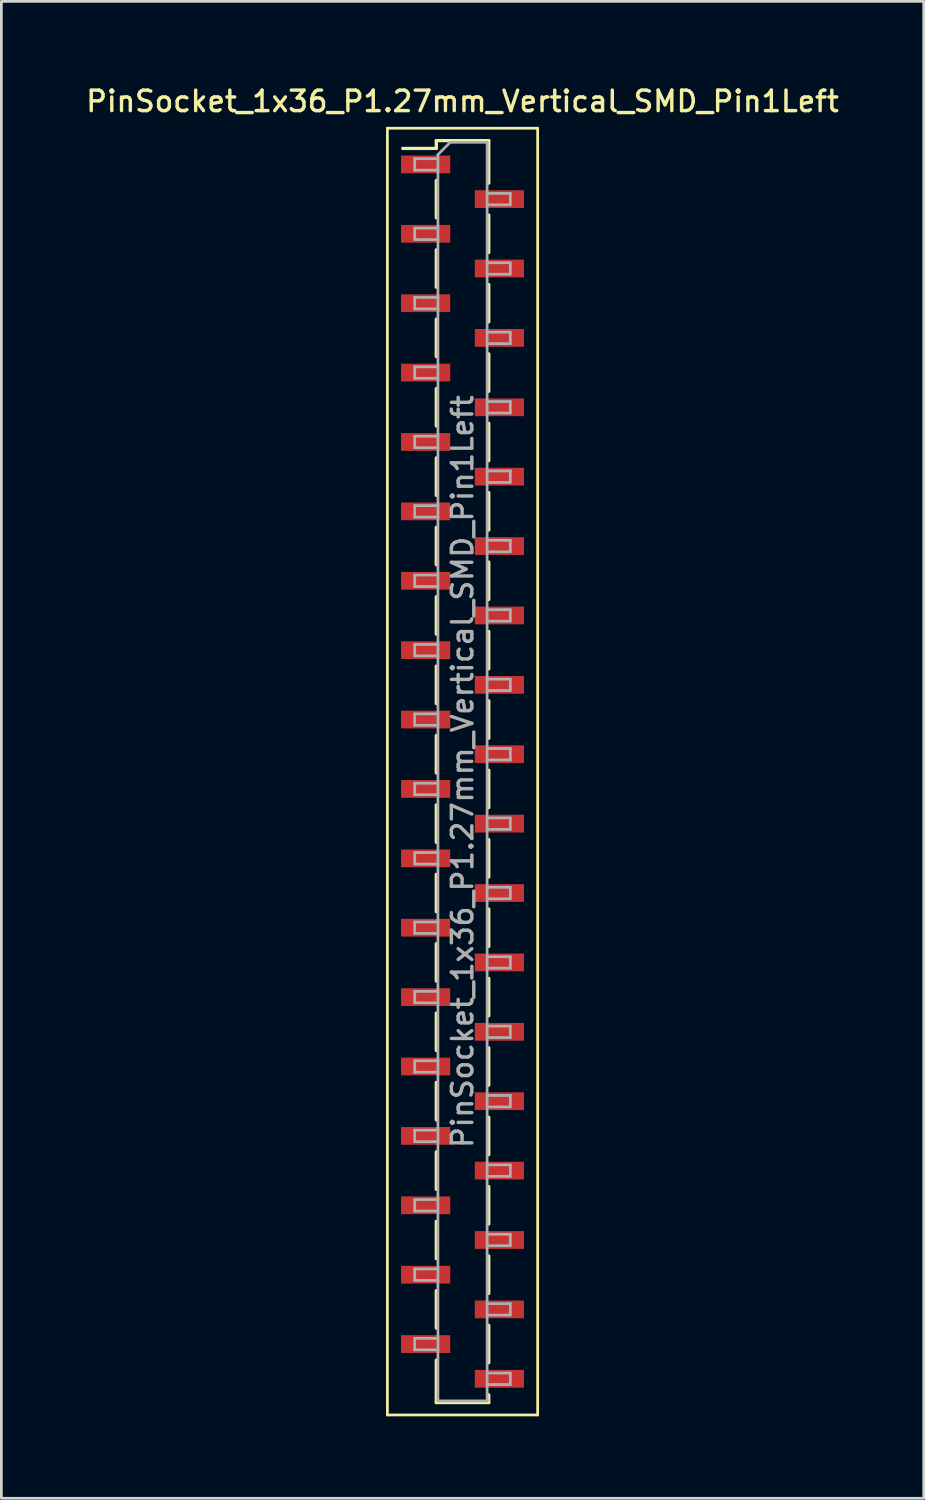
<source format=kicad_pcb>
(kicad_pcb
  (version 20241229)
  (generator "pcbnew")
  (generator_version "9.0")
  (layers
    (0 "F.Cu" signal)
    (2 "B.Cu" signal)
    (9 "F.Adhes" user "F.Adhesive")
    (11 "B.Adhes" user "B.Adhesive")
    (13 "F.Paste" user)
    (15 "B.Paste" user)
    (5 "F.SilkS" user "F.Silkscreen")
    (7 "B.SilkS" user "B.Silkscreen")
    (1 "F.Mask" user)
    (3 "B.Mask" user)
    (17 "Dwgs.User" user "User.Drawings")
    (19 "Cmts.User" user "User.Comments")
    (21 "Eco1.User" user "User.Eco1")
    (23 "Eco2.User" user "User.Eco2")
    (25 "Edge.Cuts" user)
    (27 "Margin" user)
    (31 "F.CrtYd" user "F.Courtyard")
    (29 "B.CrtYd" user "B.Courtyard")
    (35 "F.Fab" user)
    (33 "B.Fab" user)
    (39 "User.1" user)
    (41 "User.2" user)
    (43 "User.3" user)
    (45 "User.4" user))
  (footprint "PinSocket_1x36_P1.27mm_Vertical_SMD_Pin1Left"
    (layer "F.Cu")
    (at 13.88 25.193)
    (property "Reference" "PinSocket_1x36_P1.27mm_Vertical_SMD_Pin1Left" (at 0 -24.535 0) (layer "F.SilkS") (effects (font (size 0.75 0.75) (thickness 0.125))))
    (attr smd)
    (fp_line (start -2.75 -23.55) (end 2.75 -23.55) (stroke (width 0.1) (type solid)) (layer "F.SilkS"))
    (fp_line (start -2.75 23.55) (end -2.75 -23.55) (stroke (width 0.1) (type solid)) (layer "F.SilkS"))
    (fp_line (start -2.19 -22.81) (end -0.96 -22.81) (stroke (width 0.12) (type solid)) (layer "F.SilkS"))
    (fp_line (start -0.96 -23.095) (end -0.96 -22.81) (stroke (width 0.12) (type solid)) (layer "F.SilkS"))
    (fp_line (start -0.96 -23.095) (end 0.96 -23.095) (stroke (width 0.12) (type solid)) (layer "F.SilkS"))
    (fp_line (start -0.96 -21.64) (end -0.96 -20.27) (stroke (width 0.12) (type solid)) (layer "F.SilkS"))
    (fp_line (start -0.96 -19.1) (end -0.96 -17.73) (stroke (width 0.12) (type solid)) (layer "F.SilkS"))
    (fp_line (start -0.96 -16.56) (end -0.96 -15.19) (stroke (width 0.12) (type solid)) (layer "F.SilkS"))
    (fp_line (start -0.96 -14.02) (end -0.96 -12.65) (stroke (width 0.12) (type solid)) (layer "F.SilkS"))
    (fp_line (start -0.96 -11.48) (end -0.96 -10.11) (stroke (width 0.12) (type solid)) (layer "F.SilkS"))
    (fp_line (start -0.96 -8.94) (end -0.96 -7.57) (stroke (width 0.12) (type solid)) (layer "F.SilkS"))
    (fp_line (start -0.96 -6.4) (end -0.96 -5.03) (stroke (width 0.12) (type solid)) (layer "F.SilkS"))
    (fp_line (start -0.96 -3.86) (end -0.96 -2.49) (stroke (width 0.12) (type solid)) (layer "F.SilkS"))
    (fp_line (start -0.96 -1.32) (end -0.96 0.05) (stroke (width 0.12) (type solid)) (layer "F.SilkS"))
    (fp_line (start -0.96 1.22) (end -0.96 2.59) (stroke (width 0.12) (type solid)) (layer "F.SilkS"))
    (fp_line (start -0.96 3.76) (end -0.96 5.13) (stroke (width 0.12) (type solid)) (layer "F.SilkS"))
    (fp_line (start -0.96 6.3) (end -0.96 7.67) (stroke (width 0.12) (type solid)) (layer "F.SilkS"))
    (fp_line (start -0.96 8.84) (end -0.96 10.21) (stroke (width 0.12) (type solid)) (layer "F.SilkS"))
    (fp_line (start -0.96 11.38) (end -0.96 12.75) (stroke (width 0.12) (type solid)) (layer "F.SilkS"))
    (fp_line (start -0.96 13.92) (end -0.96 15.29) (stroke (width 0.12) (type solid)) (layer "F.SilkS"))
    (fp_line (start -0.96 16.46) (end -0.96 17.83) (stroke (width 0.12) (type solid)) (layer "F.SilkS"))
    (fp_line (start -0.96 19) (end -0.96 20.37) (stroke (width 0.12) (type solid)) (layer "F.SilkS"))
    (fp_line (start -0.96 21.54) (end -0.96 23.095) (stroke (width 0.12) (type solid)) (layer "F.SilkS"))
    (fp_line (start -0.96 23.095) (end 0.96 23.095) (stroke (width 0.12) (type solid)) (layer "F.SilkS"))
    (fp_line (start 0.96 -23.095) (end 0.96 -21.54) (stroke (width 0.12) (type solid)) (layer "F.SilkS"))
    (fp_line (start 0.96 -20.37) (end 0.96 -19) (stroke (width 0.12) (type solid)) (layer "F.SilkS"))
    (fp_line (start 0.96 -17.83) (end 0.96 -16.46) (stroke (width 0.12) (type solid)) (layer "F.SilkS"))
    (fp_line (start 0.96 -15.29) (end 0.96 -13.92) (stroke (width 0.12) (type solid)) (layer "F.SilkS"))
    (fp_line (start 0.96 -12.75) (end 0.96 -11.38) (stroke (width 0.12) (type solid)) (layer "F.SilkS"))
    (fp_line (start 0.96 -10.21) (end 0.96 -8.84) (stroke (width 0.12) (type solid)) (layer "F.SilkS"))
    (fp_line (start 0.96 -7.67) (end 0.96 -6.3) (stroke (width 0.12) (type solid)) (layer "F.SilkS"))
    (fp_line (start 0.96 -5.13) (end 0.96 -3.76) (stroke (width 0.12) (type solid)) (layer "F.SilkS"))
    (fp_line (start 0.96 -2.59) (end 0.96 -1.22) (stroke (width 0.12) (type solid)) (layer "F.SilkS"))
    (fp_line (start 0.96 -0.05) (end 0.96 1.32) (stroke (width 0.12) (type solid)) (layer "F.SilkS"))
    (fp_line (start 0.96 2.49) (end 0.96 3.86) (stroke (width 0.12) (type solid)) (layer "F.SilkS"))
    (fp_line (start 0.96 5.03) (end 0.96 6.4) (stroke (width 0.12) (type solid)) (layer "F.SilkS"))
    (fp_line (start 0.96 7.57) (end 0.96 8.94) (stroke (width 0.12) (type solid)) (layer "F.SilkS"))
    (fp_line (start 0.96 10.11) (end 0.96 11.48) (stroke (width 0.12) (type solid)) (layer "F.SilkS"))
    (fp_line (start 0.96 12.65) (end 0.96 14.02) (stroke (width 0.12) (type solid)) (layer "F.SilkS"))
    (fp_line (start 0.96 15.19) (end 0.96 16.56) (stroke (width 0.12) (type solid)) (layer "F.SilkS"))
    (fp_line (start 0.96 17.73) (end 0.96 19.1) (stroke (width 0.12) (type solid)) (layer "F.SilkS"))
    (fp_line (start 0.96 20.27) (end 0.96 21.64) (stroke (width 0.12) (type solid)) (layer "F.SilkS"))
    (fp_line (start 0.96 22.81) (end 0.96 23.095) (stroke (width 0.12) (type solid)) (layer "F.SilkS"))
    (fp_line (start 2.75 -23.55) (end 2.75 23.55) (stroke (width 0.1) (type solid)) (layer "F.SilkS"))
    (fp_line (start 2.75 23.55) (end -2.75 23.55) (stroke (width 0.1) (type solid)) (layer "F.SilkS"))
    (fp_line (start -1.75 -22.435) (end -0.9 -22.435) (stroke (width 0.1) (type solid)) (layer "F.Fab"))
    (fp_line (start -1.75 -22.015) (end -1.75 -22.435) (stroke (width 0.1) (type solid)) (layer "F.Fab"))
    (fp_line (start -1.75 -19.895) (end -0.9 -19.895) (stroke (width 0.1) (type solid)) (layer "F.Fab"))
    (fp_line (start -1.75 -19.475) (end -1.75 -19.895) (stroke (width 0.1) (type solid)) (layer "F.Fab"))
    (fp_line (start -1.75 -17.355) (end -0.9 -17.355) (stroke (width 0.1) (type solid)) (layer "F.Fab"))
    (fp_line (start -1.75 -16.935) (end -1.75 -17.355) (stroke (width 0.1) (type solid)) (layer "F.Fab"))
    (fp_line (start -1.75 -14.815) (end -0.9 -14.815) (stroke (width 0.1) (type solid)) (layer "F.Fab"))
    (fp_line (start -1.75 -14.395) (end -1.75 -14.815) (stroke (width 0.1) (type solid)) (layer "F.Fab"))
    (fp_line (start -1.75 -12.275) (end -0.9 -12.275) (stroke (width 0.1) (type solid)) (layer "F.Fab"))
    (fp_line (start -1.75 -11.855) (end -1.75 -12.275) (stroke (width 0.1) (type solid)) (layer "F.Fab"))
    (fp_line (start -1.75 -9.735) (end -0.9 -9.735) (stroke (width 0.1) (type solid)) (layer "F.Fab"))
    (fp_line (start -1.75 -9.315) (end -1.75 -9.735) (stroke (width 0.1) (type solid)) (layer "F.Fab"))
    (fp_line (start -1.75 -7.195) (end -0.9 -7.195) (stroke (width 0.1) (type solid)) (layer "F.Fab"))
    (fp_line (start -1.75 -6.775) (end -1.75 -7.195) (stroke (width 0.1) (type solid)) (layer "F.Fab"))
    (fp_line (start -1.75 -4.655) (end -0.9 -4.655) (stroke (width 0.1) (type solid)) (layer "F.Fab"))
    (fp_line (start -1.75 -4.235) (end -1.75 -4.655) (stroke (width 0.1) (type solid)) (layer "F.Fab"))
    (fp_line (start -1.75 -2.115) (end -0.9 -2.115) (stroke (width 0.1) (type solid)) (layer "F.Fab"))
    (fp_line (start -1.75 -1.695) (end -1.75 -2.115) (stroke (width 0.1) (type solid)) (layer "F.Fab"))
    (fp_line (start -1.75 0.425) (end -0.9 0.425) (stroke (width 0.1) (type solid)) (layer "F.Fab"))
    (fp_line (start -1.75 0.845) (end -1.75 0.425) (stroke (width 0.1) (type solid)) (layer "F.Fab"))
    (fp_line (start -1.75 2.965) (end -0.9 2.965) (stroke (width 0.1) (type solid)) (layer "F.Fab"))
    (fp_line (start -1.75 3.385) (end -1.75 2.965) (stroke (width 0.1) (type solid)) (layer "F.Fab"))
    (fp_line (start -1.75 5.505) (end -0.9 5.505) (stroke (width 0.1) (type solid)) (layer "F.Fab"))
    (fp_line (start -1.75 5.925) (end -1.75 5.505) (stroke (width 0.1) (type solid)) (layer "F.Fab"))
    (fp_line (start -1.75 8.045) (end -0.9 8.045) (stroke (width 0.1) (type solid)) (layer "F.Fab"))
    (fp_line (start -1.75 8.465) (end -1.75 8.045) (stroke (width 0.1) (type solid)) (layer "F.Fab"))
    (fp_line (start -1.75 10.585) (end -0.9 10.585) (stroke (width 0.1) (type solid)) (layer "F.Fab"))
    (fp_line (start -1.75 11.005) (end -1.75 10.585) (stroke (width 0.1) (type solid)) (layer "F.Fab"))
    (fp_line (start -1.75 13.125) (end -0.9 13.125) (stroke (width 0.1) (type solid)) (layer "F.Fab"))
    (fp_line (start -1.75 13.545) (end -1.75 13.125) (stroke (width 0.1) (type solid)) (layer "F.Fab"))
    (fp_line (start -1.75 15.665) (end -0.9 15.665) (stroke (width 0.1) (type solid)) (layer "F.Fab"))
    (fp_line (start -1.75 16.085) (end -1.75 15.665) (stroke (width 0.1) (type solid)) (layer "F.Fab"))
    (fp_line (start -1.75 18.205) (end -0.9 18.205) (stroke (width 0.1) (type solid)) (layer "F.Fab"))
    (fp_line (start -1.75 18.625) (end -1.75 18.205) (stroke (width 0.1) (type solid)) (layer "F.Fab"))
    (fp_line (start -1.75 20.745) (end -0.9 20.745) (stroke (width 0.1) (type solid)) (layer "F.Fab"))
    (fp_line (start -1.75 21.165) (end -1.75 20.745) (stroke (width 0.1) (type solid)) (layer "F.Fab"))
    (fp_line (start -0.9 -22.585) (end -0.45 -23.035) (stroke (width 0.1) (type solid)) (layer "F.Fab"))
    (fp_line (start -0.9 -22.015) (end -1.75 -22.015) (stroke (width 0.1) (type solid)) (layer "F.Fab"))
    (fp_line (start -0.9 -19.475) (end -1.75 -19.475) (stroke (width 0.1) (type solid)) (layer "F.Fab"))
    (fp_line (start -0.9 -16.935) (end -1.75 -16.935) (stroke (width 0.1) (type solid)) (layer "F.Fab"))
    (fp_line (start -0.9 -14.395) (end -1.75 -14.395) (stroke (width 0.1) (type solid)) (layer "F.Fab"))
    (fp_line (start -0.9 -11.855) (end -1.75 -11.855) (stroke (width 0.1) (type solid)) (layer "F.Fab"))
    (fp_line (start -0.9 -9.315) (end -1.75 -9.315) (stroke (width 0.1) (type solid)) (layer "F.Fab"))
    (fp_line (start -0.9 -6.775) (end -1.75 -6.775) (stroke (width 0.1) (type solid)) (layer "F.Fab"))
    (fp_line (start -0.9 -4.235) (end -1.75 -4.235) (stroke (width 0.1) (type solid)) (layer "F.Fab"))
    (fp_line (start -0.9 -1.695) (end -1.75 -1.695) (stroke (width 0.1) (type solid)) (layer "F.Fab"))
    (fp_line (start -0.9 0.845) (end -1.75 0.845) (stroke (width 0.1) (type solid)) (layer "F.Fab"))
    (fp_line (start -0.9 3.385) (end -1.75 3.385) (stroke (width 0.1) (type solid)) (layer "F.Fab"))
    (fp_line (start -0.9 5.925) (end -1.75 5.925) (stroke (width 0.1) (type solid)) (layer "F.Fab"))
    (fp_line (start -0.9 8.465) (end -1.75 8.465) (stroke (width 0.1) (type solid)) (layer "F.Fab"))
    (fp_line (start -0.9 11.005) (end -1.75 11.005) (stroke (width 0.1) (type solid)) (layer "F.Fab"))
    (fp_line (start -0.9 13.545) (end -1.75 13.545) (stroke (width 0.1) (type solid)) (layer "F.Fab"))
    (fp_line (start -0.9 16.085) (end -1.75 16.085) (stroke (width 0.1) (type solid)) (layer "F.Fab"))
    (fp_line (start -0.9 18.625) (end -1.75 18.625) (stroke (width 0.1) (type solid)) (layer "F.Fab"))
    (fp_line (start -0.9 21.165) (end -1.75 21.165) (stroke (width 0.1) (type solid)) (layer "F.Fab"))
    (fp_line (start -0.9 23.035) (end -0.9 -22.585) (stroke (width 0.1) (type solid)) (layer "F.Fab"))
    (fp_line (start -0.45 -23.035) (end 0.9 -23.035) (stroke (width 0.1) (type solid)) (layer "F.Fab"))
    (fp_line (start 0.9 -23.035) (end 0.9 23.035) (stroke (width 0.1) (type solid)) (layer "F.Fab"))
    (fp_line (start 0.9 -21.165) (end 1.75 -21.165) (stroke (width 0.1) (type solid)) (layer "F.Fab"))
    (fp_line (start 0.9 -18.625) (end 1.75 -18.625) (stroke (width 0.1) (type solid)) (layer "F.Fab"))
    (fp_line (start 0.9 -16.085) (end 1.75 -16.085) (stroke (width 0.1) (type solid)) (layer "F.Fab"))
    (fp_line (start 0.9 -13.545) (end 1.75 -13.545) (stroke (width 0.1) (type solid)) (layer "F.Fab"))
    (fp_line (start 0.9 -11.005) (end 1.75 -11.005) (stroke (width 0.1) (type solid)) (layer "F.Fab"))
    (fp_line (start 0.9 -8.465) (end 1.75 -8.465) (stroke (width 0.1) (type solid)) (layer "F.Fab"))
    (fp_line (start 0.9 -5.925) (end 1.75 -5.925) (stroke (width 0.1) (type solid)) (layer "F.Fab"))
    (fp_line (start 0.9 -3.385) (end 1.75 -3.385) (stroke (width 0.1) (type solid)) (layer "F.Fab"))
    (fp_line (start 0.9 -0.845) (end 1.75 -0.845) (stroke (width 0.1) (type solid)) (layer "F.Fab"))
    (fp_line (start 0.9 1.695) (end 1.75 1.695) (stroke (width 0.1) (type solid)) (layer "F.Fab"))
    (fp_line (start 0.9 4.235) (end 1.75 4.235) (stroke (width 0.1) (type solid)) (layer "F.Fab"))
    (fp_line (start 0.9 6.775) (end 1.75 6.775) (stroke (width 0.1) (type solid)) (layer "F.Fab"))
    (fp_line (start 0.9 9.315) (end 1.75 9.315) (stroke (width 0.1) (type solid)) (layer "F.Fab"))
    (fp_line (start 0.9 11.855) (end 1.75 11.855) (stroke (width 0.1) (type solid)) (layer "F.Fab"))
    (fp_line (start 0.9 14.395) (end 1.75 14.395) (stroke (width 0.1) (type solid)) (layer "F.Fab"))
    (fp_line (start 0.9 16.935) (end 1.75 16.935) (stroke (width 0.1) (type solid)) (layer "F.Fab"))
    (fp_line (start 0.9 19.475) (end 1.75 19.475) (stroke (width 0.1) (type solid)) (layer "F.Fab"))
    (fp_line (start 0.9 22.015) (end 1.75 22.015) (stroke (width 0.1) (type solid)) (layer "F.Fab"))
    (fp_line (start 0.9 23.035) (end -0.9 23.035) (stroke (width 0.1) (type solid)) (layer "F.Fab"))
    (fp_line (start 1.75 -21.165) (end 1.75 -20.745) (stroke (width 0.1) (type solid)) (layer "F.Fab"))
    (fp_line (start 1.75 -20.745) (end 0.9 -20.745) (stroke (width 0.1) (type solid)) (layer "F.Fab"))
    (fp_line (start 1.75 -18.625) (end 1.75 -18.205) (stroke (width 0.1) (type solid)) (layer "F.Fab"))
    (fp_line (start 1.75 -18.205) (end 0.9 -18.205) (stroke (width 0.1) (type solid)) (layer "F.Fab"))
    (fp_line (start 1.75 -16.085) (end 1.75 -15.665) (stroke (width 0.1) (type solid)) (layer "F.Fab"))
    (fp_line (start 1.75 -15.665) (end 0.9 -15.665) (stroke (width 0.1) (type solid)) (layer "F.Fab"))
    (fp_line (start 1.75 -13.545) (end 1.75 -13.125) (stroke (width 0.1) (type solid)) (layer "F.Fab"))
    (fp_line (start 1.75 -13.125) (end 0.9 -13.125) (stroke (width 0.1) (type solid)) (layer "F.Fab"))
    (fp_line (start 1.75 -11.005) (end 1.75 -10.585) (stroke (width 0.1) (type solid)) (layer "F.Fab"))
    (fp_line (start 1.75 -10.585) (end 0.9 -10.585) (stroke (width 0.1) (type solid)) (layer "F.Fab"))
    (fp_line (start 1.75 -8.465) (end 1.75 -8.045) (stroke (width 0.1) (type solid)) (layer "F.Fab"))
    (fp_line (start 1.75 -8.045) (end 0.9 -8.045) (stroke (width 0.1) (type solid)) (layer "F.Fab"))
    (fp_line (start 1.75 -5.925) (end 1.75 -5.505) (stroke (width 0.1) (type solid)) (layer "F.Fab"))
    (fp_line (start 1.75 -5.505) (end 0.9 -5.505) (stroke (width 0.1) (type solid)) (layer "F.Fab"))
    (fp_line (start 1.75 -3.385) (end 1.75 -2.965) (stroke (width 0.1) (type solid)) (layer "F.Fab"))
    (fp_line (start 1.75 -2.965) (end 0.9 -2.965) (stroke (width 0.1) (type solid)) (layer "F.Fab"))
    (fp_line (start 1.75 -0.845) (end 1.75 -0.425) (stroke (width 0.1) (type solid)) (layer "F.Fab"))
    (fp_line (start 1.75 -0.425) (end 0.9 -0.425) (stroke (width 0.1) (type solid)) (layer "F.Fab"))
    (fp_line (start 1.75 1.695) (end 1.75 2.115) (stroke (width 0.1) (type solid)) (layer "F.Fab"))
    (fp_line (start 1.75 2.115) (end 0.9 2.115) (stroke (width 0.1) (type solid)) (layer "F.Fab"))
    (fp_line (start 1.75 4.235) (end 1.75 4.655) (stroke (width 0.1) (type solid)) (layer "F.Fab"))
    (fp_line (start 1.75 4.655) (end 0.9 4.655) (stroke (width 0.1) (type solid)) (layer "F.Fab"))
    (fp_line (start 1.75 6.775) (end 1.75 7.195) (stroke (width 0.1) (type solid)) (layer "F.Fab"))
    (fp_line (start 1.75 7.195) (end 0.9 7.195) (stroke (width 0.1) (type solid)) (layer "F.Fab"))
    (fp_line (start 1.75 9.315) (end 1.75 9.735) (stroke (width 0.1) (type solid)) (layer "F.Fab"))
    (fp_line (start 1.75 9.735) (end 0.9 9.735) (stroke (width 0.1) (type solid)) (layer "F.Fab"))
    (fp_line (start 1.75 11.855) (end 1.75 12.275) (stroke (width 0.1) (type solid)) (layer "F.Fab"))
    (fp_line (start 1.75 12.275) (end 0.9 12.275) (stroke (width 0.1) (type solid)) (layer "F.Fab"))
    (fp_line (start 1.75 14.395) (end 1.75 14.815) (stroke (width 0.1) (type solid)) (layer "F.Fab"))
    (fp_line (start 1.75 14.815) (end 0.9 14.815) (stroke (width 0.1) (type solid)) (layer "F.Fab"))
    (fp_line (start 1.75 16.935) (end 1.75 17.355) (stroke (width 0.1) (type solid)) (layer "F.Fab"))
    (fp_line (start 1.75 17.355) (end 0.9 17.355) (stroke (width 0.1) (type solid)) (layer "F.Fab"))
    (fp_line (start 1.75 19.475) (end 1.75 19.895) (stroke (width 0.1) (type solid)) (layer "F.Fab"))
    (fp_line (start 1.75 19.895) (end 0.9 19.895) (stroke (width 0.1) (type solid)) (layer "F.Fab"))
    (fp_line (start 1.75 22.015) (end 1.75 22.435) (stroke (width 0.1) (type solid)) (layer "F.Fab"))
    (fp_line (start 1.75 22.435) (end 0.9 22.435) (stroke (width 0.1) (type solid)) (layer "F.Fab"))
    (fp_text user "${REFERENCE}" (at 0 0 90) (layer "F.Fab") (effects (font (size 0.75 0.75) (thickness 0.125))))
    (pad "1" smd rect (at -1.35 -22.225) (size 1.8 0.65) (layers "F.Cu" "F.Mask" "F.Paste"))
    (pad "2" smd rect (at 1.35 -20.955) (size 1.8 0.65) (layers "F.Cu" "F.Mask" "F.Paste"))
    (pad "3" smd rect (at -1.35 -19.685) (size 1.8 0.65) (layers "F.Cu" "F.Mask" "F.Paste"))
    (pad "4" smd rect (at 1.35 -18.415) (size 1.8 0.65) (layers "F.Cu" "F.Mask" "F.Paste"))
    (pad "5" smd rect (at -1.35 -17.145) (size 1.8 0.65) (layers "F.Cu" "F.Mask" "F.Paste"))
    (pad "6" smd rect (at 1.35 -15.875) (size 1.8 0.65) (layers "F.Cu" "F.Mask" "F.Paste"))
    (pad "7" smd rect (at -1.35 -14.605) (size 1.8 0.65) (layers "F.Cu" "F.Mask" "F.Paste"))
    (pad "8" smd rect (at 1.35 -13.335) (size 1.8 0.65) (layers "F.Cu" "F.Mask" "F.Paste"))
    (pad "9" smd rect (at -1.35 -12.065) (size 1.8 0.65) (layers "F.Cu" "F.Mask" "F.Paste"))
    (pad "10" smd rect (at 1.35 -10.795) (size 1.8 0.65) (layers "F.Cu" "F.Mask" "F.Paste"))
    (pad "11" smd rect (at -1.35 -9.525) (size 1.8 0.65) (layers "F.Cu" "F.Mask" "F.Paste"))
    (pad "12" smd rect (at 1.35 -8.255) (size 1.8 0.65) (layers "F.Cu" "F.Mask" "F.Paste"))
    (pad "13" smd rect (at -1.35 -6.985) (size 1.8 0.65) (layers "F.Cu" "F.Mask" "F.Paste"))
    (pad "14" smd rect (at 1.35 -5.715) (size 1.8 0.65) (layers "F.Cu" "F.Mask" "F.Paste"))
    (pad "15" smd rect (at -1.35 -4.445) (size 1.8 0.65) (layers "F.Cu" "F.Mask" "F.Paste"))
    (pad "16" smd rect (at 1.35 -3.175) (size 1.8 0.65) (layers "F.Cu" "F.Mask" "F.Paste"))
    (pad "17" smd rect (at -1.35 -1.905) (size 1.8 0.65) (layers "F.Cu" "F.Mask" "F.Paste"))
    (pad "18" smd rect (at 1.35 -0.635) (size 1.8 0.65) (layers "F.Cu" "F.Mask" "F.Paste"))
    (pad "19" smd rect (at -1.35 0.635) (size 1.8 0.65) (layers "F.Cu" "F.Mask" "F.Paste"))
    (pad "20" smd rect (at 1.35 1.905) (size 1.8 0.65) (layers "F.Cu" "F.Mask" "F.Paste"))
    (pad "21" smd rect (at -1.35 3.175) (size 1.8 0.65) (layers "F.Cu" "F.Mask" "F.Paste"))
    (pad "22" smd rect (at 1.35 4.445) (size 1.8 0.65) (layers "F.Cu" "F.Mask" "F.Paste"))
    (pad "23" smd rect (at -1.35 5.715) (size 1.8 0.65) (layers "F.Cu" "F.Mask" "F.Paste"))
    (pad "24" smd rect (at 1.35 6.985) (size 1.8 0.65) (layers "F.Cu" "F.Mask" "F.Paste"))
    (pad "25" smd rect (at -1.35 8.255) (size 1.8 0.65) (layers "F.Cu" "F.Mask" "F.Paste"))
    (pad "26" smd rect (at 1.35 9.525) (size 1.8 0.65) (layers "F.Cu" "F.Mask" "F.Paste"))
    (pad "27" smd rect (at -1.35 10.795) (size 1.8 0.65) (layers "F.Cu" "F.Mask" "F.Paste"))
    (pad "28" smd rect (at 1.35 12.065) (size 1.8 0.65) (layers "F.Cu" "F.Mask" "F.Paste"))
    (pad "29" smd rect (at -1.35 13.335) (size 1.8 0.65) (layers "F.Cu" "F.Mask" "F.Paste"))
    (pad "30" smd rect (at 1.35 14.605) (size 1.8 0.65) (layers "F.Cu" "F.Mask" "F.Paste"))
    (pad "31" smd rect (at -1.35 15.875) (size 1.8 0.65) (layers "F.Cu" "F.Mask" "F.Paste"))
    (pad "32" smd rect (at 1.35 17.145) (size 1.8 0.65) (layers "F.Cu" "F.Mask" "F.Paste"))
    (pad "33" smd rect (at -1.35 18.415) (size 1.8 0.65) (layers "F.Cu" "F.Mask" "F.Paste"))
    (pad "34" smd rect (at 1.35 19.685) (size 1.8 0.65) (layers "F.Cu" "F.Mask" "F.Paste"))
    (pad "35" smd rect (at -1.35 20.955) (size 1.8 0.65) (layers "F.Cu" "F.Mask" "F.Paste"))
    (pad "36" smd rect (at 1.35 22.225) (size 1.8 0.65) (layers "F.Cu" "F.Mask" "F.Paste")))
  (gr_rect
    (start -3 -3)
    (end 30.761 51.793)
    (stroke (width 0.1) (type default))
    (fill no)
    (layer "Edge.Cuts")))
</source>
